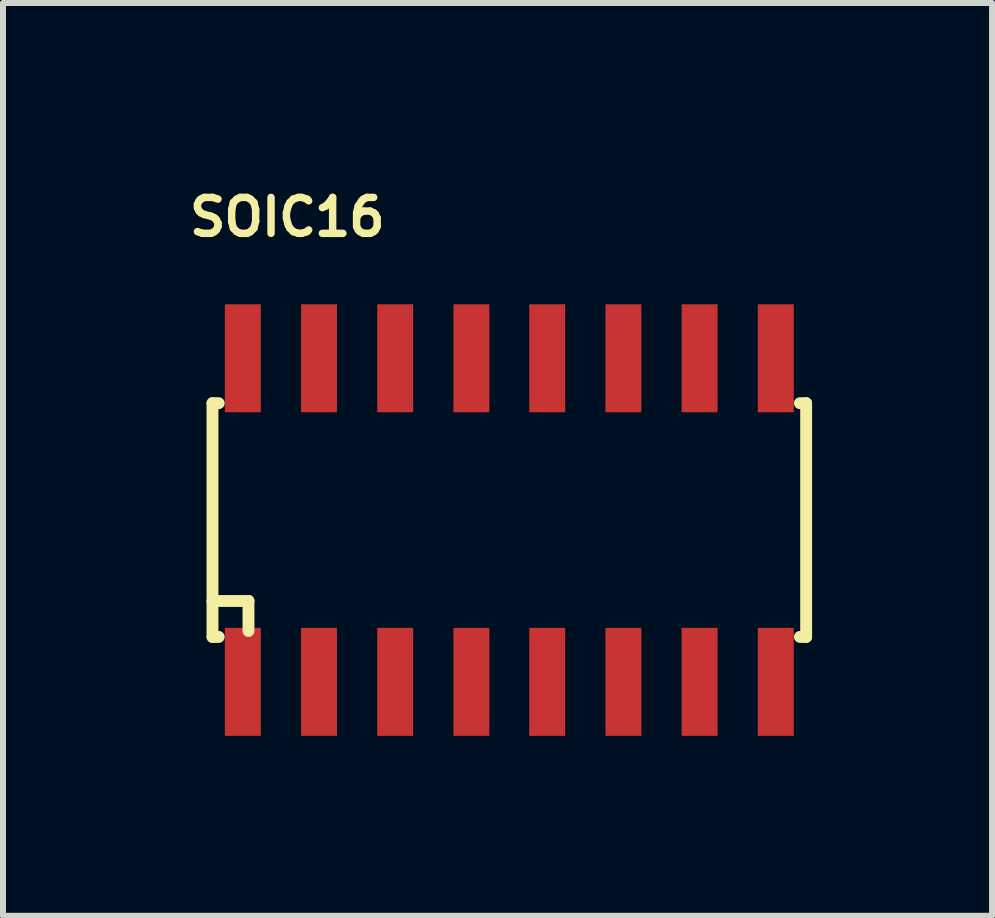
<source format=kicad_pcb>
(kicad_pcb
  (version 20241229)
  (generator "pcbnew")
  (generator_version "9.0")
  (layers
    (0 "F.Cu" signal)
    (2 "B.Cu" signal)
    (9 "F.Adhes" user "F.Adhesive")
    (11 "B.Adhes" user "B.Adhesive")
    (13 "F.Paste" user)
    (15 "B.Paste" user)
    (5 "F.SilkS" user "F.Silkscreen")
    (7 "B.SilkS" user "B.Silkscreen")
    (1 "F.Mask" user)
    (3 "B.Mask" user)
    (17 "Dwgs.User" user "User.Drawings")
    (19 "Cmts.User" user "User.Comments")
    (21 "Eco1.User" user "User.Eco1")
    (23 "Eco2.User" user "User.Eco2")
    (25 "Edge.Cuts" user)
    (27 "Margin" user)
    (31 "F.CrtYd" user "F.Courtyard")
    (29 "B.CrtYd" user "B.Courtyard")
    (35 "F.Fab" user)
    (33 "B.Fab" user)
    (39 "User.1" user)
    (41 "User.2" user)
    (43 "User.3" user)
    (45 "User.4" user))
  (footprint "SOIC16"
    (layer "F.Cu")
    (at 5.44 5.619)
    (property "Reference" "SOIC16" (at -3.701 -5.05 0) (layer "F.SilkS") (effects (font (size 0.599 0.599) (thickness 0.124))))
    (attr through_hole)
    (fp_line (start -4.948 -1.948) (end -4.948 1.948) (stroke (width 0.198) (type solid)) (layer "F.SilkS"))
    (fp_line (start -4.948 -1.948) (end -4.844 -1.948) (stroke (width 0.198) (type solid)) (layer "F.SilkS"))
    (fp_line (start -4.948 1.349) (end -4.348 1.349) (stroke (width 0.198) (type solid)) (layer "F.SilkS"))
    (fp_line (start -4.948 1.948) (end -4.844 1.948) (stroke (width 0.198) (type solid)) (layer "F.SilkS"))
    (fp_line (start -4.348 1.349) (end -4.348 1.849) (stroke (width 0.198) (type solid)) (layer "F.SilkS"))
    (fp_line (start 4.844 -1.948) (end 4.948 -1.948) (stroke (width 0.198) (type solid)) (layer "F.SilkS"))
    (fp_line (start 4.844 1.948) (end 4.948 1.948) (stroke (width 0.198) (type solid)) (layer "F.SilkS"))
    (fp_line (start 4.948 -1.948) (end 4.948 1.948) (stroke (width 0.198) (type solid)) (layer "F.SilkS"))
    (pad "1" smd rect (at -4.442 2.697 180) (size 0.599 1.8) (layers "F.Cu" "F.Mask" "F.Paste"))
    (pad "2" smd rect (at -3.172 2.697 180) (size 0.599 1.8) (layers "F.Cu" "F.Mask" "F.Paste"))
    (pad "3" smd rect (at -1.902 2.697 180) (size 0.599 1.8) (layers "F.Cu" "F.Mask" "F.Paste"))
    (pad "4" smd rect (at -0.632 2.697 180) (size 0.599 1.8) (layers "F.Cu" "F.Mask" "F.Paste"))
    (pad "5" smd rect (at 0.632 2.697 180) (size 0.599 1.8) (layers "F.Cu" "F.Mask" "F.Paste"))
    (pad "6" smd rect (at 1.902 2.697 180) (size 0.599 1.8) (layers "F.Cu" "F.Mask" "F.Paste"))
    (pad "7" smd rect (at 3.172 2.697 180) (size 0.599 1.8) (layers "F.Cu" "F.Mask" "F.Paste"))
    (pad "8" smd rect (at 4.442 2.697 180) (size 0.599 1.8) (layers "F.Cu" "F.Mask" "F.Paste"))
    (pad "9" smd rect (at 4.442 -2.697) (size 0.599 1.8) (layers "F.Cu" "F.Mask" "F.Paste"))
    (pad "10" smd rect (at 3.172 -2.697) (size 0.599 1.8) (layers "F.Cu" "F.Mask" "F.Paste"))
    (pad "11" smd rect (at 1.902 -2.697) (size 0.599 1.8) (layers "F.Cu" "F.Mask" "F.Paste"))
    (pad "12" smd rect (at 0.632 -2.697) (size 0.599 1.8) (layers "F.Cu" "F.Mask" "F.Paste"))
    (pad "13" smd rect (at -0.632 -2.697) (size 0.599 1.8) (layers "F.Cu" "F.Mask" "F.Paste"))
    (pad "14" smd rect (at -1.902 -2.697) (size 0.599 1.8) (layers "F.Cu" "F.Mask" "F.Paste"))
    (pad "15" smd rect (at -3.172 -2.697) (size 0.599 1.8) (layers "F.Cu" "F.Mask" "F.Paste"))
    (pad "16" smd rect (at -4.442 -2.697) (size 0.599 1.8) (layers "F.Cu" "F.Mask" "F.Paste")))
  (gr_rect
    (start -3 -3)
    (end 13.487 12.216)
    (stroke (width 0.1) (type default))
    (fill no)
    (layer "Edge.Cuts")))
</source>
